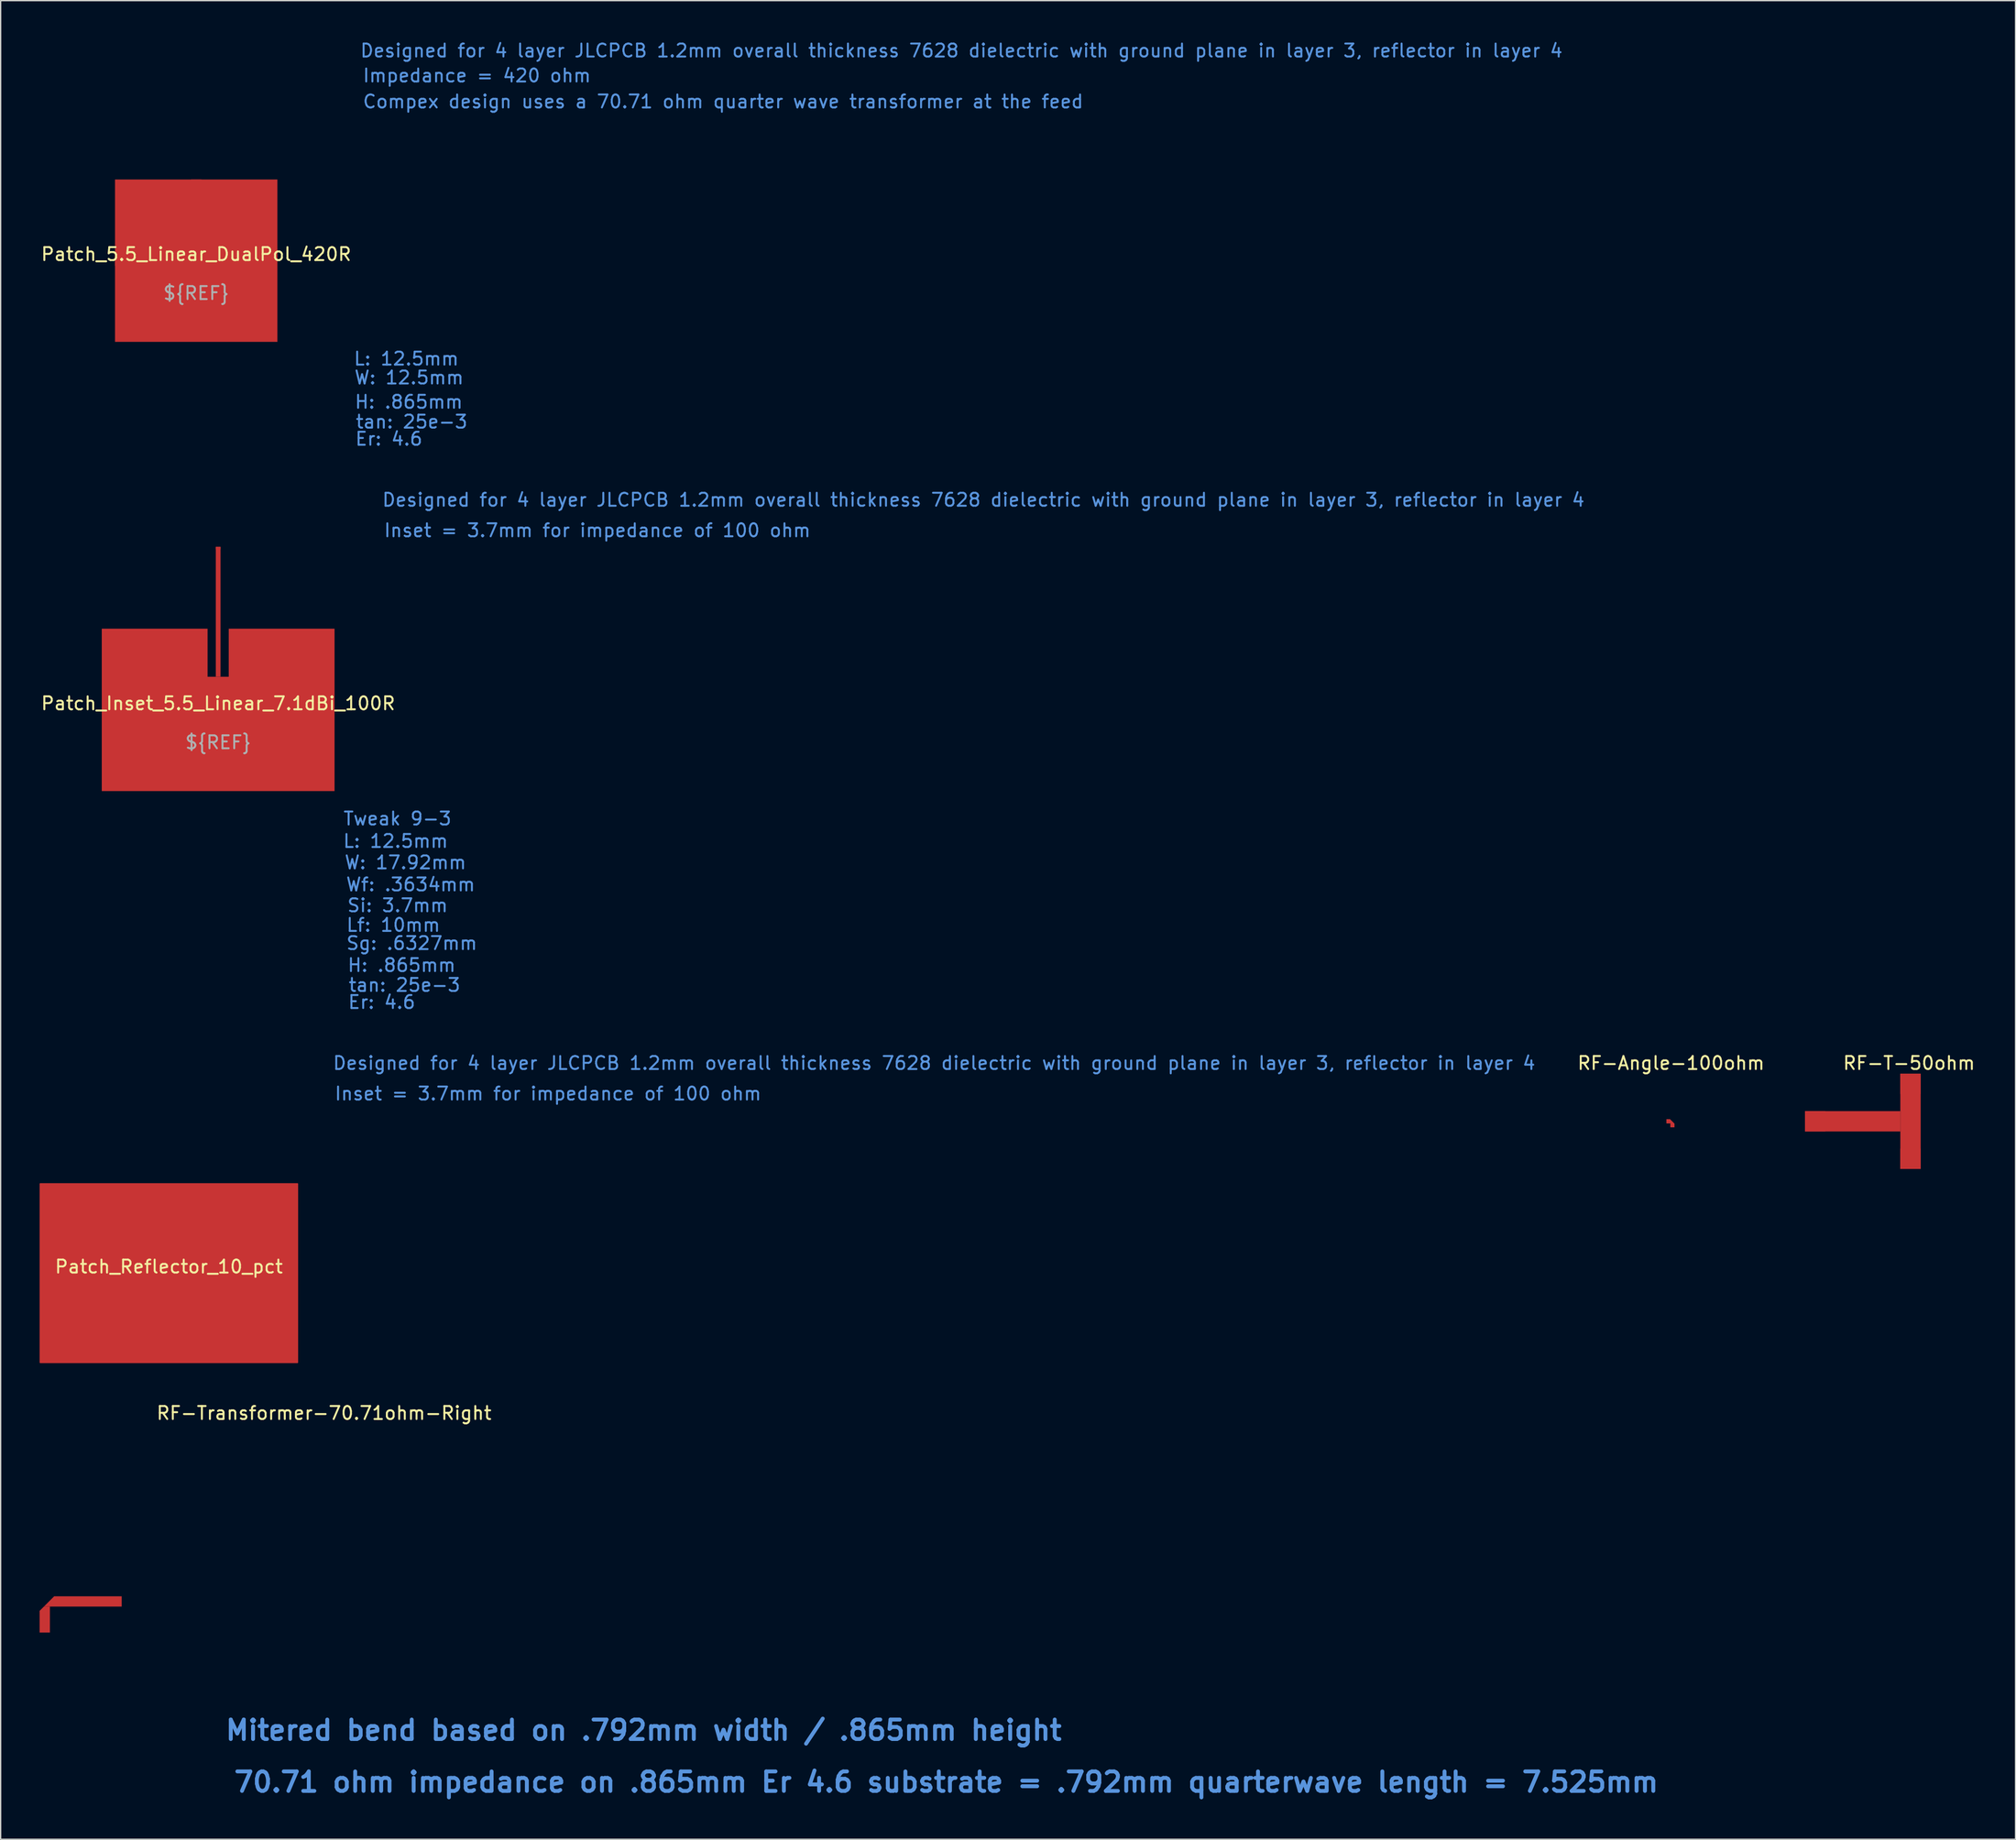
<source format=kicad_pcb>
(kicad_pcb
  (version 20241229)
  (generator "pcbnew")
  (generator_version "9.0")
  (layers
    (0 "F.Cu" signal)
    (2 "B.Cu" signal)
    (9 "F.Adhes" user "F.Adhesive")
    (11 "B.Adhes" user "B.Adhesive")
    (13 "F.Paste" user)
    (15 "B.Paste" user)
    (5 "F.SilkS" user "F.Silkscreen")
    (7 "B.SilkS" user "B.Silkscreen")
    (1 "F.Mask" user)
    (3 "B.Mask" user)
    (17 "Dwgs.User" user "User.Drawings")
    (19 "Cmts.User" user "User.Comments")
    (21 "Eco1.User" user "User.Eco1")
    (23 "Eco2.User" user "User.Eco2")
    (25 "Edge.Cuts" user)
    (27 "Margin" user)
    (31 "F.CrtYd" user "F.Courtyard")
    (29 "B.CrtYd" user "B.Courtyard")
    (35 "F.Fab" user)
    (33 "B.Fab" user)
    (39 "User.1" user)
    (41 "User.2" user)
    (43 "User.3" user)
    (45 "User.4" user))
  (footprint "Patch_Inset_5.5_Linear_7.1dBi_100R"
    (layer "F.Cu")
    (at 13.744 51.601)
    (property "Reference" "Patch_Inset_5.5_Linear_7.1dBi_100R" (at 0 -0.5 0) (unlocked yes) (layer "F.SilkS") (effects (font (size 1 1) (thickness 0.15))))
    (attr through_hole)
    (fp_poly (pts (xy 0.182 -2.55) (xy -0.182 -2.55) (xy -0.182 -12.55) (xy 0.182 -12.55)) (stroke (width 0.0001) (type solid)) (fill yes) (layer "F.Cu"))
    (fp_poly (pts (xy -0.814 -2.55) (xy 0.814 -2.55) (xy 0.814 -6.25) (xy 8.96 -6.25) (xy 8.96 6.25) (xy -8.96 6.25) (xy -8.96 -6.25) (xy -0.814 -6.25)) (stroke (width 0.0001) (type solid)) (fill yes) (layer "F.Cu"))
    (fp_text user "Tweak 9-3" (at 9.563 8.369 0) (unlocked yes) (layer "Cmts.User") (effects (font (size 1 1) (thickness 0.15)) (justify left)))
    (fp_text user "Designed for 4 layer JLCPCB 1.2mm overall thickness 7628 dielectric with ground plane in layer 3, reflector in layer 4" (at 12.55 -16.17 0) (unlocked yes) (layer "Cmts.User") (effects (font (size 1 1) (thickness 0.15)) (justify left)))
    (fp_text user "Si: 3.7mm" (at 9.858 15.05 0) (unlocked yes) (layer "Cmts.User") (effects (font (size 1 1) (thickness 0.15)) (justify left)))
    (fp_text user "tan: 25e-3" (at 9.96 21.181 0) (unlocked yes) (layer "Cmts.User") (effects (font (size 1 1) (thickness 0.15)) (justify left)))
    (fp_text user "H: .865mm" (at 9.886 19.653 0) (unlocked yes) (layer "Cmts.User") (effects (font (size 1 1) (thickness 0.15)) (justify left)))
    (fp_text user "Lf: 10mm" (at 9.794 16.561 0) (unlocked yes) (layer "Cmts.User") (effects (font (size 1 1) (thickness 0.15)) (justify left)))
    (fp_text user "W: 17.92mm" (at 9.653 11.746 0) (unlocked yes) (layer "Cmts.User") (effects (font (size 1 1) (thickness 0.15)) (justify left)))
    (fp_text user "Inset = 3.7mm for impedance of 100 ohm" (at 29.19 -13.82 0) (unlocked yes) (layer "Cmts.User") (effects (font (size 1 1) (thickness 0.15))))
    (fp_text user "Sg: .6327mm" (at 9.785 17.96 0) (unlocked yes) (layer "Cmts.User") (effects (font (size 1 1) (thickness 0.15)) (justify left)))
    (fp_text user "L: 12.5mm" (at 9.54 10.1 0) (unlocked yes) (layer "Cmts.User") (effects (font (size 1 1) (thickness 0.15)) (justify left)))
    (fp_text user "Wf: .3634mm" (at 9.768 13.445 0) (unlocked yes) (layer "Cmts.User") (effects (font (size 1 1) (thickness 0.15)) (justify left)))
    (fp_text user "Er: 4.6" (at 9.923 22.497 0) (unlocked yes) (layer "Cmts.User") (effects (font (size 1 1) (thickness 0.15)) (justify left)))
    (fp_text user "${REF}" (at 0 2.5 0) (unlocked yes) (layer "F.Fab") (effects (font (size 1 1) (thickness 0.15))))
    (pad "1" smd rect (at 0 -12.46) (size 0.363 0.18) (layers "F.Cu")))
  (footprint "RF-Transformer-70.71ohm-Right"
    (layer "F.Cu")
    (at 0.396 120.237)
    (property "Reference" "RF-Transformer-70.71ohm-Right" (at 21.5 -14.5 0) (unlocked yes) (layer "F.SilkS") (effects (font (size 1 1) (thickness 0.15))))
    (fp_poly (pts (xy -0.396 0.726) (xy -0.396 2.396) (xy 0.396 2.396) (xy 0.396 0.396) (xy -0.066 0.396)) (stroke (width 0.0001) (type solid)) (fill yes) (layer "F.Cu"))
    (fp_poly (pts (xy 5.921 0.396) (xy 5.921 -0.396) (xy 0.726 -0.396) (xy -0.066 0.396) (xy 0.396 0.396)) (stroke (width 0.0001) (type solid)) (fill yes) (layer "F.Cu"))
    (fp_text user "70.71 ohm impedance on .865mm Er 4.6 substrate = .792mm quarterwave length = 7.525mm" (at 69.397 13.907 0) (unlocked yes) (layer "Cmts.User") (effects (font (size 1.5 1.5) (thickness 0.3))))
    (fp_text user "Mitered bend based on .792mm width / .865mm height" (at 46.105 9.915 0) (unlocked yes) (layer "Cmts.User") (effects (font (size 1.5 1.5) (thickness 0.3)))))
  (footprint "Patch_5.5_Linear_DualPol_420R"
    (layer "F.Cu")
    (at 12.054 17.018)
    (property "Reference" "Patch_5.5_Linear_DualPol_420R" (at 0 -0.5 0) (unlocked yes) (layer "F.SilkS") (effects (font (size 1 1) (thickness 0.15))))
    (attr through_hole)
    (fp_poly (pts (xy 6.25 -6.25) (xy 6.25 6.25) (xy -6.25 6.25) (xy -6.25 -6.25)) (stroke (width 0.0001) (type solid)) (fill yes) (layer "F.Cu"))
    (fp_text user "L: 12.5mm" (at 12.054 7.547 0) (unlocked yes) (layer "Cmts.User") (effects (font (size 1 1) (thickness 0.15)) (justify left)))
    (fp_text user "W: 12.5mm" (at 12.1 9 0) (unlocked yes) (layer "Cmts.User") (effects (font (size 1 1) (thickness 0.15)) (justify left)))
    (fp_text user "Compex design uses a 70.71 ohm quarter wave transformer at the feed" (at 12.75 -12.25 0) (unlocked yes) (layer "Cmts.User") (effects (font (size 1 1) (thickness 0.15)) (justify left)))
    (fp_text user "H: .865mm" (at 12.126 10.872 0) (unlocked yes) (layer "Cmts.User") (effects (font (size 1 1) (thickness 0.15)) (justify left)))
    (fp_text user "Er: 4.6" (at 12.163 13.716 0) (unlocked yes) (layer "Cmts.User") (effects (font (size 1 1) (thickness 0.15)) (justify left)))
    (fp_text user "Designed for 4 layer JLCPCB 1.2mm overall thickness 7628 dielectric with ground plane in layer 3, reflector in layer 4" (at 12.55 -16.17 0) (unlocked yes) (layer "Cmts.User") (effects (font (size 1 1) (thickness 0.15)) (justify left)))
    (fp_text user "tan: 25e-3" (at 12.2 12.4 0) (unlocked yes) (layer "Cmts.User") (effects (font (size 1 1) (thickness 0.15)) (justify left)))
    (fp_text user "Impedance = 420 ohm" (at 12.75 -14.25 0) (unlocked yes) (layer "Cmts.User") (effects (font (size 1 1) (thickness 0.15)) (justify left)))
    (fp_text user "${REF}" (at 0 2.5 0) (unlocked yes) (layer "F.Fab") (effects (font (size 1 1) (thickness 0.15))))
    (pad "1" smd rect (at 0 -5.854) (size 0.792 0.792) (layers "F.Cu"))
    (pad "2" smd rect (at -5.854 0) (size 0.792 0.792) (layers "F.Cu")))
  (footprint "Patch_Reflector_10_pct"
    (layer "F.Cu")
    (at 9.95 94.964)
    (property "Reference" "Patch_Reflector_10_pct" (at 0 -0.5 0) (unlocked yes) (layer "F.SilkS") (effects (font (size 1 1) (thickness 0.15))))
    (attr through_hole)
    (fp_poly (pts (xy -9.9 -6.875) (xy 9.9 -6.875) (xy 9.9 6.875) (xy -9.9 6.875)) (stroke (width 0.1) (type solid)) (fill yes) (layer "F.Cu"))
    (fp_text user "Inset = 3.7mm for impedance of 100 ohm" (at 29.19 -13.82 0) (unlocked yes) (layer "Cmts.User") (effects (font (size 1 1) (thickness 0.15))))
    (fp_text user "Designed for 4 layer JLCPCB 1.2mm overall thickness 7628 dielectric with ground plane in layer 3, reflector in layer 4" (at 12.55 -16.17 0) (unlocked yes) (layer "Cmts.User") (effects (font (size 1 1) (thickness 0.15)) (justify left))))
  (footprint "RF-Angle-100ohm"
    (layer "F.Cu")
    (at 125.7 83.274)
    (property "Reference" "RF-Angle-100ohm" (at -0.111 -4.48 0) (unlocked yes) (layer "F.SilkS") (effects (font (size 1 1) (thickness 0.15))))
    (fp_poly (pts (xy 0.154 0.18) (xy 0.154 0.462) (xy -0.154 0.462) (xy -0.154 0.154) (xy -0.462 0.154) (xy -0.462 -0.154) (xy -0.18 -0.154)) (stroke (width 0.0001) (type solid)) (fill yes) (layer "F.Cu"))
    (pad "1" connect rect (at -0.321 0) (size 0.282 0.308) (layers "F.Cu"))
    (pad "2" connect rect (at 0 0.321) (size 0.308 0.282) (layers "F.Cu")))
  (footprint "RF-T-50ohm"
    (layer "F.Cu")
    (at 144.023 83.274)
    (property "Reference" "RF-T-50ohm" (at -0.111 -4.48 0) (unlocked yes) (layer "F.SilkS") (effects (font (size 1 1) (thickness 0.15))))
    (fp_poly (pts (xy -0.782 0.783) (xy -8.118 0.783) (xy -8.118 -0.783) (xy -0.782 -0.782)) (stroke (width 0.0001) (type solid)) (fill yes) (layer "F.Cu"))
    (fp_poly (pts (xy 0.783 3.668) (xy -0.783 3.668) (xy -0.783 -3.668) (xy 0.783 -3.668)) (stroke (width 0.0001) (type solid)) (fill yes) (layer "F.Cu"))
    (pad "1" smd rect (at -7.335 -0.001) (size 1.565 1.565) (layers "F.Cu"))
    (pad "2" smd rect (at -0.001 -2.885) (size 1.565 1.565) (layers "F.Cu"))
    (pad "3" smd rect (at -0.001 2.885) (size 1.565 1.565) (layers "F.Cu")))
  (gr_rect
    (start -3 -3)
    (end 152.108 138.548)
    (stroke (width 0.1) (type default))
    (fill no)
    (layer "Edge.Cuts")))
</source>
